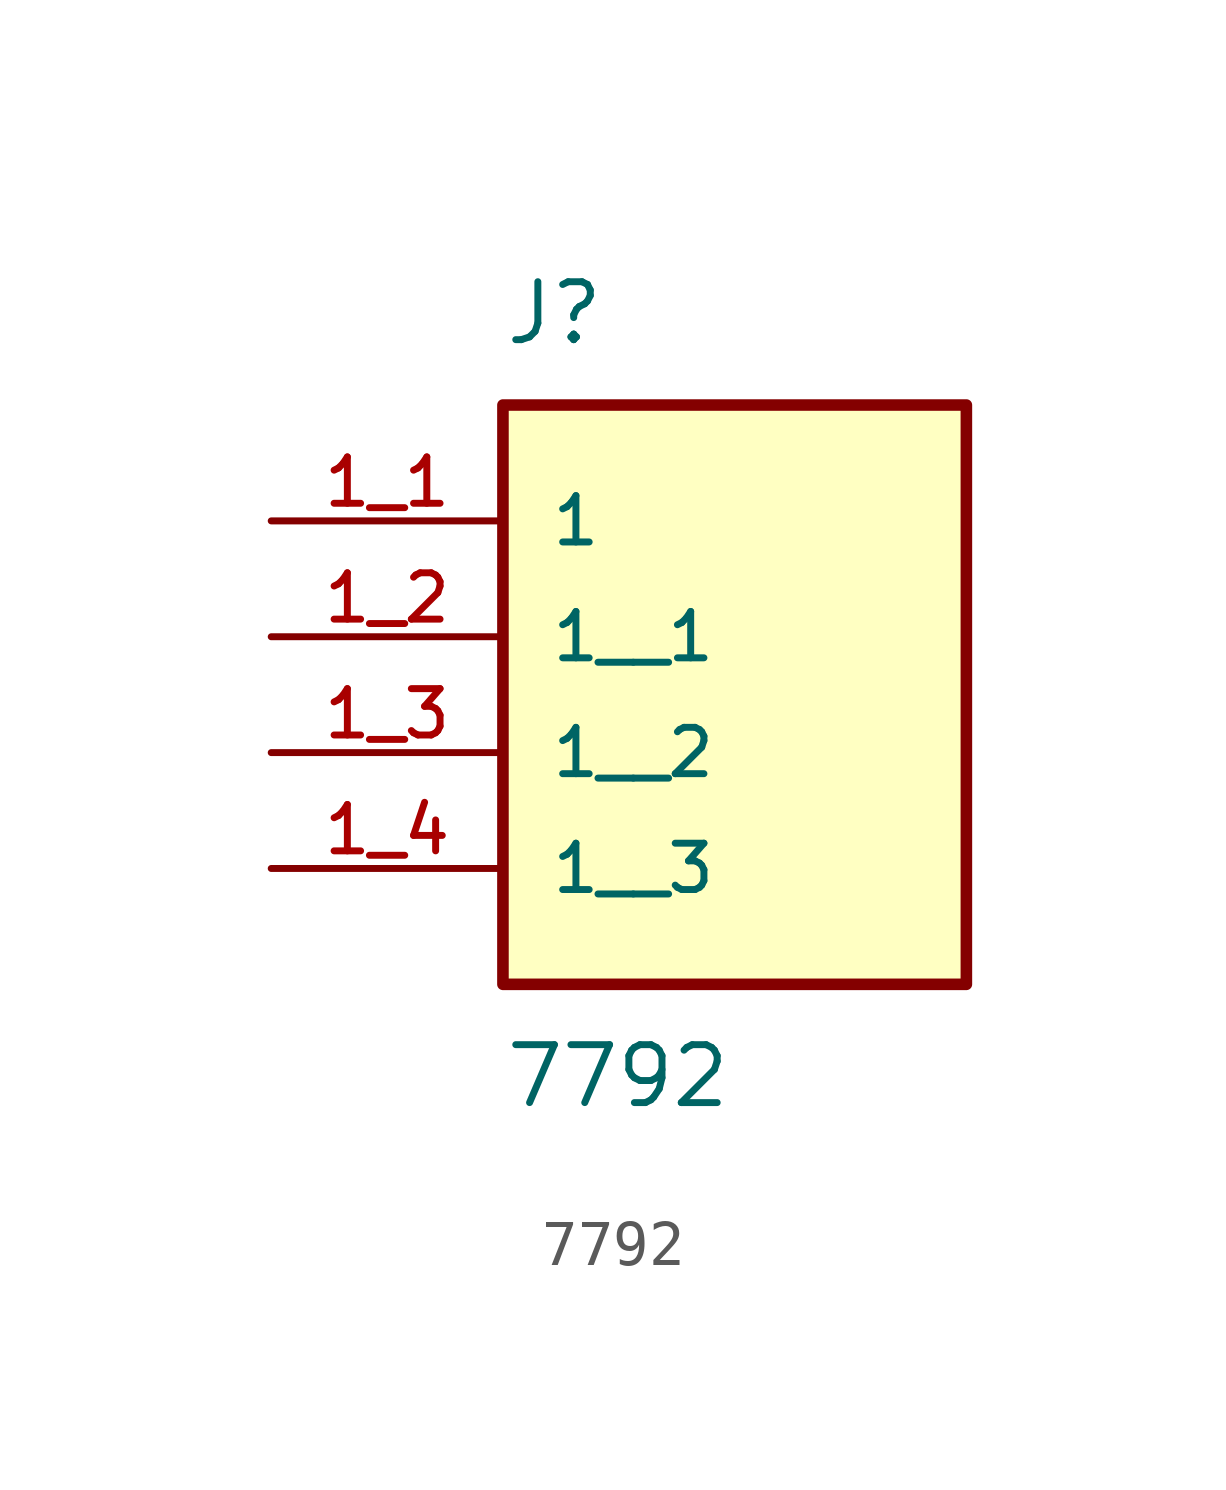
<source format=kicad_sym>
(kicad_symbol_lib
  (version 20211014)
  (generator kicad_symbol_editor)
  (symbol "7792"
    (pin_names
      (offset 1.016))
    (property "Reference" "J"
      (at -5.08 3.81 0)
      (effects (font (size 1.27 1.27)) (justify bottom left)))
    (property "Value" "7792"
      (at -5.08 -11.43 0)
      (effects (font (size 1.27 1.27)) (justify top left)))
    (symbol "7792_0_0"
      (rectangle (start -5.08 -10.16) (end 5.08 2.54) (stroke (width 0.254)) (fill (type background)))
      (pin passive line (at -10.16 0.0 0) (length 5.08) (name "1" (effects (font (size 1.016 1.016)))) (number "1_1" (effects (font (size 1.016 1.016)))))
      (pin passive line (at -10.16 -2.54 0) (length 5.08) (name "1__1" (effects (font (size 1.016 1.016)))) (number "1_2" (effects (font (size 1.016 1.016)))))
      (pin passive line (at -10.16 -5.08 0) (length 5.08) (name "1__2" (effects (font (size 1.016 1.016)))) (number "1_3" (effects (font (size 1.016 1.016)))))
      (pin passive line (at -10.16 -7.62 0) (length 5.08) (name "1__3" (effects (font (size 1.016 1.016)))) (number "1_4" (effects (font (size 1.016 1.016))))))))
</source>
